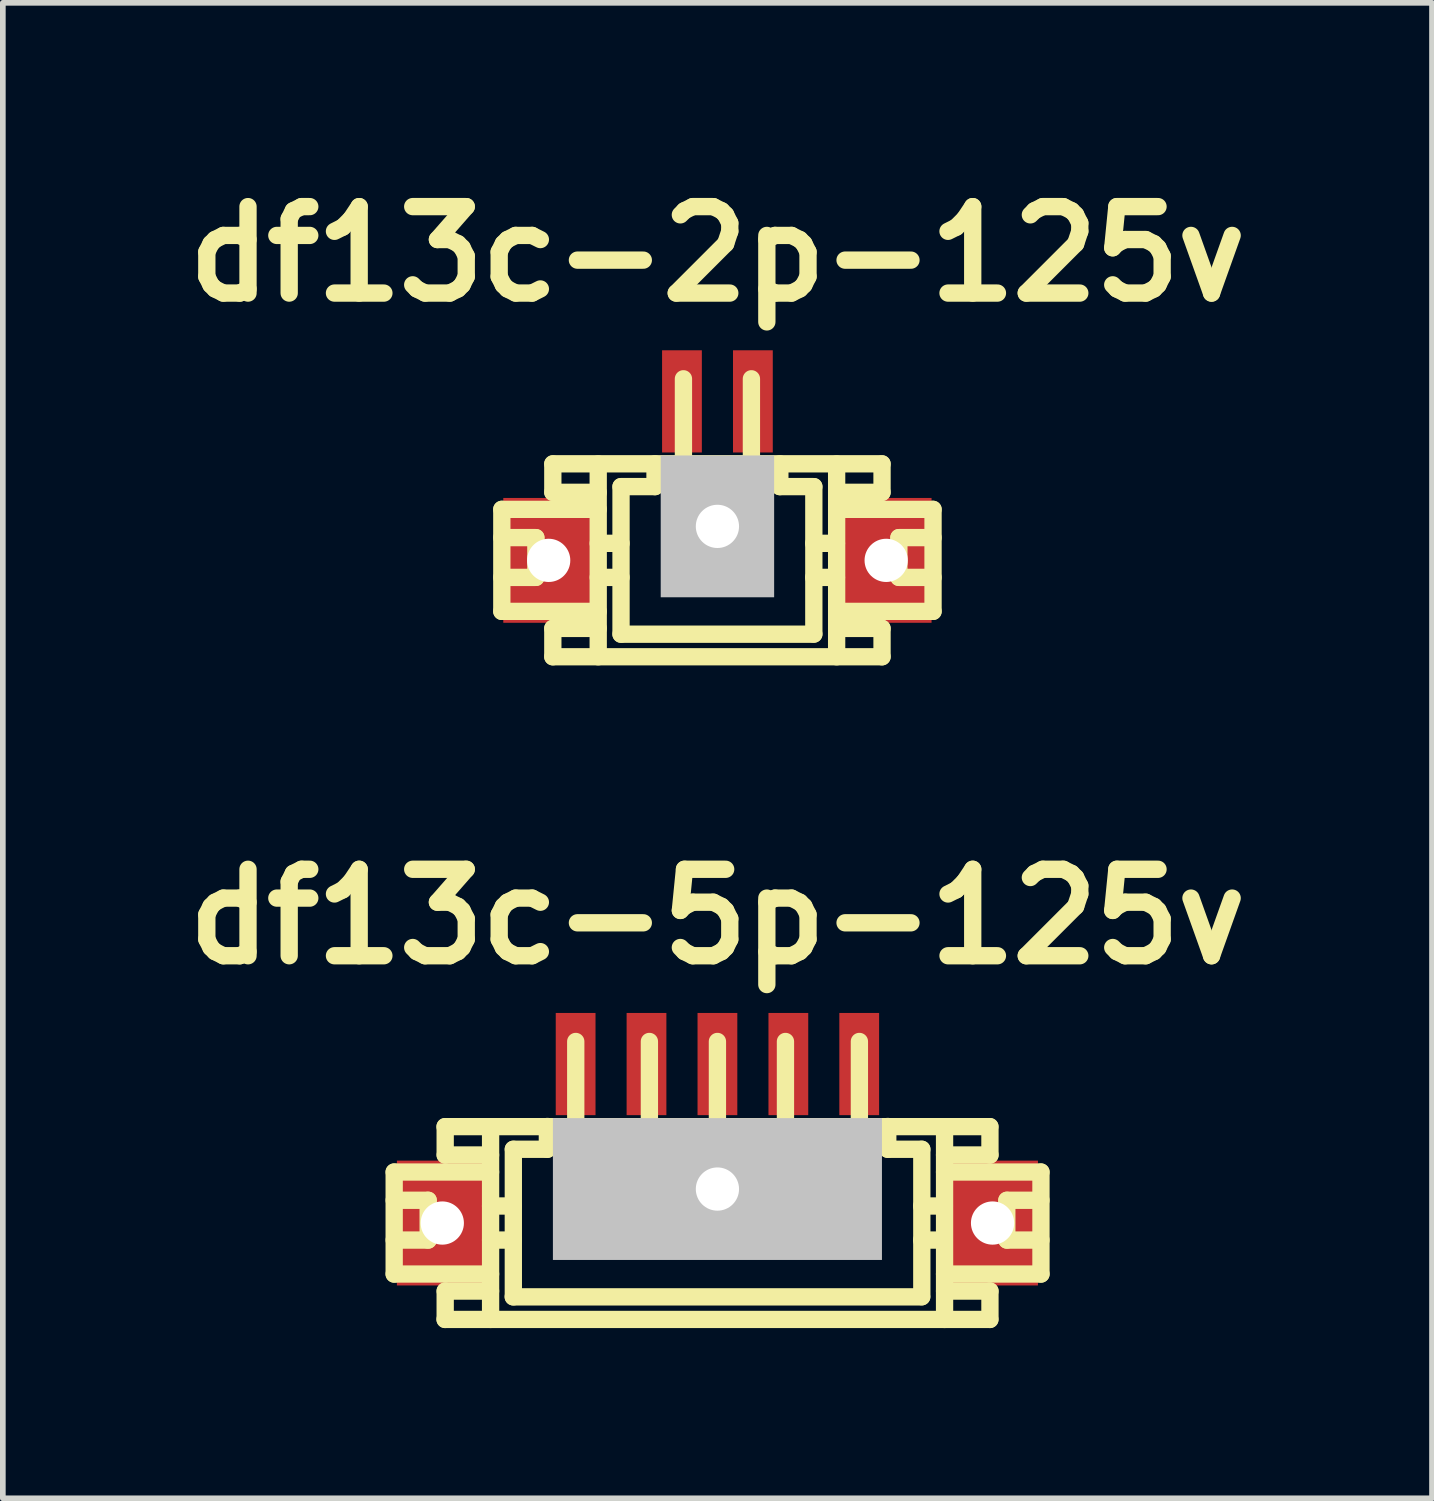
<source format=kicad_pcb>
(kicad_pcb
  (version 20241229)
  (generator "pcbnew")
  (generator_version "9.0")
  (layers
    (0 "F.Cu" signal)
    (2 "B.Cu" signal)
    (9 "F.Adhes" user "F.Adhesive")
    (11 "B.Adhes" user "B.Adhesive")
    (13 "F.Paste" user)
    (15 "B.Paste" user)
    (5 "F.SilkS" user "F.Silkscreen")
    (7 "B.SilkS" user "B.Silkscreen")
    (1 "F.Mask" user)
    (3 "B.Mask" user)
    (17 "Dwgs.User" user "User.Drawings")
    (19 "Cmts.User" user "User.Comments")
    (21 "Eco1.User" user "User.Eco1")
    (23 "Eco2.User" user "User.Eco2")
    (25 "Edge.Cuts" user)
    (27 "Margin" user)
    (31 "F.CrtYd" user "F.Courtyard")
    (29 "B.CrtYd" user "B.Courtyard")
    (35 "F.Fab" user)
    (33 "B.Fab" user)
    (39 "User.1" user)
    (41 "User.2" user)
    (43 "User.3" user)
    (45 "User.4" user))
  (footprint "df13c-5p-125v"
    (layer "F.Cu")
    (at 9.594 17.705)
    (property "Reference" "df13c-5p-125v" (at 0 -4.6 0) (layer "F.SilkS") (effects (font (size 1.524 1.524) (thickness 0.305))))
    (attr through_hole)
    (fp_line (start -5.697 -0.099) (end -3.998 -0.099) (stroke (width 0.305) (type solid)) (layer "F.SilkS"))
    (fp_line (start -5.697 0.399) (end -5.098 0.399) (stroke (width 0.305) (type solid)) (layer "F.SilkS"))
    (fp_line (start -5.697 1.699) (end -5.697 -0.099) (stroke (width 0.305) (type solid)) (layer "F.SilkS"))
    (fp_line (start -5.697 1.699) (end -3.998 1.699) (stroke (width 0.305) (type solid)) (layer "F.SilkS"))
    (fp_line (start -5.098 0.399) (end -5.098 1.1) (stroke (width 0.305) (type solid)) (layer "F.SilkS"))
    (fp_line (start -5.098 1.1) (end -5.697 1.1) (stroke (width 0.305) (type solid)) (layer "F.SilkS"))
    (fp_line (start -4.801 -0.899) (end 4.801 -0.899) (stroke (width 0.305) (type solid)) (layer "F.SilkS"))
    (fp_line (start -4.798 -0.399) (end -4.798 -0.899) (stroke (width 0.305) (type solid)) (layer "F.SilkS"))
    (fp_line (start -4.798 2.499) (end -4.798 1.999) (stroke (width 0.305) (type solid)) (layer "F.SilkS"))
    (fp_line (start -3.998 -0.899) (end -3.998 2.499) (stroke (width 0.305) (type solid)) (layer "F.SilkS"))
    (fp_line (start -3.998 -0.399) (end -4.798 -0.399) (stroke (width 0.305) (type solid)) (layer "F.SilkS"))
    (fp_line (start -3.998 0.5) (end -3.597 0.5) (stroke (width 0.305) (type solid)) (layer "F.SilkS"))
    (fp_line (start -3.998 1.1) (end -3.597 1.1) (stroke (width 0.305) (type solid)) (layer "F.SilkS"))
    (fp_line (start -3.998 1.999) (end -4.798 1.999) (stroke (width 0.305) (type solid)) (layer "F.SilkS"))
    (fp_line (start -3.597 -0.5) (end -2.997 -0.5) (stroke (width 0.305) (type solid)) (layer "F.SilkS"))
    (fp_line (start -3.597 2.101) (end -3.597 -0.5) (stroke (width 0.305) (type solid)) (layer "F.SilkS"))
    (fp_line (start -2.997 -0.902) (end -2.997 -0.5) (stroke (width 0.305) (type solid)) (layer "F.SilkS"))
    (fp_line (start -2.598 0.998) (end -2.598 1.199) (stroke (width 0.305) (type solid)) (layer "F.SilkS"))
    (fp_line (start -2.598 1.199) (end -2.398 1.199) (stroke (width 0.305) (type solid)) (layer "F.SilkS"))
    (fp_line (start -2.497 -0.902) (end -2.497 -2.4) (stroke (width 0.305) (type solid)) (layer "F.SilkS"))
    (fp_line (start -2.398 0.998) (end -2.598 0.998) (stroke (width 0.305) (type solid)) (layer "F.SilkS"))
    (fp_line (start -2.398 1.199) (end -2.398 0.998) (stroke (width 0.305) (type solid)) (layer "F.SilkS"))
    (fp_line (start -1.298 1.001) (end -1.1 1.001) (stroke (width 0.305) (type solid)) (layer "F.SilkS"))
    (fp_line (start -1.298 1.199) (end -1.298 1.001) (stroke (width 0.305) (type solid)) (layer "F.SilkS"))
    (fp_line (start -1.199 -0.899) (end -1.199 -2.4) (stroke (width 0.305) (type solid)) (layer "F.SilkS"))
    (fp_line (start -1.1 1.001) (end -1.1 1.199) (stroke (width 0.305) (type solid)) (layer "F.SilkS"))
    (fp_line (start -1.1 1.199) (end -1.298 1.199) (stroke (width 0.305) (type solid)) (layer "F.SilkS"))
    (fp_line (start -0.099 1.001) (end 0.099 1.001) (stroke (width 0.305) (type solid)) (layer "F.SilkS"))
    (fp_line (start -0.099 1.199) (end -0.099 1.001) (stroke (width 0.305) (type solid)) (layer "F.SilkS"))
    (fp_line (start 0 -2.4) (end 0 -0.899) (stroke (width 0.305) (type solid)) (layer "F.SilkS"))
    (fp_line (start 0.099 1.001) (end 0.099 1.199) (stroke (width 0.305) (type solid)) (layer "F.SilkS"))
    (fp_line (start 0.099 1.199) (end -0.099 1.199) (stroke (width 0.305) (type solid)) (layer "F.SilkS"))
    (fp_line (start 1.1 1.001) (end 1.298 1.001) (stroke (width 0.305) (type solid)) (layer "F.SilkS"))
    (fp_line (start 1.1 1.199) (end 1.1 1.001) (stroke (width 0.305) (type solid)) (layer "F.SilkS"))
    (fp_line (start 1.199 -0.899) (end 1.199 -2.4) (stroke (width 0.305) (type solid)) (layer "F.SilkS"))
    (fp_line (start 1.298 1.001) (end 1.298 1.199) (stroke (width 0.305) (type solid)) (layer "F.SilkS"))
    (fp_line (start 1.298 1.199) (end 1.1 1.199) (stroke (width 0.305) (type solid)) (layer "F.SilkS"))
    (fp_line (start 2.403 0.998) (end 2.603 0.998) (stroke (width 0.305) (type solid)) (layer "F.SilkS"))
    (fp_line (start 2.403 1.199) (end 2.403 0.998) (stroke (width 0.305) (type solid)) (layer "F.SilkS"))
    (fp_line (start 2.502 -0.902) (end 2.502 -2.4) (stroke (width 0.305) (type solid)) (layer "F.SilkS"))
    (fp_line (start 2.603 0.998) (end 2.603 1.199) (stroke (width 0.305) (type solid)) (layer "F.SilkS"))
    (fp_line (start 2.603 1.199) (end 2.403 1.199) (stroke (width 0.305) (type solid)) (layer "F.SilkS"))
    (fp_line (start 3.002 -0.5) (end 3.002 -0.902) (stroke (width 0.305) (type solid)) (layer "F.SilkS"))
    (fp_line (start 3.599 1.1) (end 4 1.1) (stroke (width 0.305) (type solid)) (layer "F.SilkS"))
    (fp_line (start 3.599 2.101) (end -3.599 2.101) (stroke (width 0.305) (type solid)) (layer "F.SilkS"))
    (fp_line (start 3.602 -0.5) (end 3.002 -0.5) (stroke (width 0.305) (type solid)) (layer "F.SilkS"))
    (fp_line (start 3.602 2.098) (end 3.602 -0.5) (stroke (width 0.305) (type solid)) (layer "F.SilkS"))
    (fp_line (start 4 0.5) (end 3.599 0.5) (stroke (width 0.305) (type solid)) (layer "F.SilkS"))
    (fp_line (start 4.003 -0.899) (end 4.003 2.499) (stroke (width 0.305) (type solid)) (layer "F.SilkS"))
    (fp_line (start 4.801 2.499) (end -4.801 2.499) (stroke (width 0.305) (type solid)) (layer "F.SilkS"))
    (fp_line (start 4.803 -0.399) (end 4.003 -0.399) (stroke (width 0.305) (type solid)) (layer "F.SilkS"))
    (fp_line (start 4.803 -0.399) (end 4.803 -0.899) (stroke (width 0.305) (type solid)) (layer "F.SilkS"))
    (fp_line (start 4.803 1.999) (end 4.003 1.999) (stroke (width 0.305) (type solid)) (layer "F.SilkS"))
    (fp_line (start 4.803 2.499) (end 4.803 1.999) (stroke (width 0.305) (type solid)) (layer "F.SilkS"))
    (fp_line (start 5.1 0.399) (end 5.1 1.1) (stroke (width 0.305) (type solid)) (layer "F.SilkS"))
    (fp_line (start 5.103 0.399) (end 5.702 0.399) (stroke (width 0.305) (type solid)) (layer "F.SilkS"))
    (fp_line (start 5.103 1.1) (end 5.702 1.1) (stroke (width 0.305) (type solid)) (layer "F.SilkS"))
    (fp_line (start 5.702 -0.099) (end 4.003 -0.099) (stroke (width 0.305) (type solid)) (layer "F.SilkS"))
    (fp_line (start 5.702 -0.099) (end 5.702 1.699) (stroke (width 0.305) (type solid)) (layer "F.SilkS"))
    (fp_line (start 5.702 1.699) (end 4.003 1.699) (stroke (width 0.305) (type solid)) (layer "F.SilkS"))
    (pad "" np_thru_hole rect (at -4.849 0.8) (size 1.6 2.2) (drill 0.762) (layers "F.Cu" "F.Mask" "F.Paste"))
    (pad "" np_thru_hole rect (at 0 0.201) (size 5.799 2.499) (drill 0.762) (layers "Dwgs.User"))
    (pad "" np_thru_hole rect (at 4.849 0.8) (size 1.6 2.2) (drill 0.762) (layers "F.Cu" "F.Mask" "F.Paste"))
    (pad "1" smd rect (at -2.499 -2.002) (size 0.701 1.801) (layers "F.Cu" "F.Mask" "F.Paste"))
    (pad "2" smd rect (at -1.25 -2.002) (size 0.701 1.801) (layers "F.Cu" "F.Mask" "F.Paste"))
    (pad "3" smd rect (at 0 -2.002) (size 0.701 1.801) (layers "F.Cu" "F.Mask" "F.Paste"))
    (pad "4" smd rect (at 1.25 -2.002) (size 0.701 1.801) (layers "F.Cu" "F.Mask" "F.Paste"))
    (pad "5" smd rect (at 2.499 -2.002) (size 0.701 1.801) (layers "F.Cu" "F.Mask" "F.Paste")))
  (footprint "df13c-2p-125v"
    (layer "F.Cu")
    (at 9.594 6.026)
    (property "Reference" "df13c-2p-125v" (at 0 -4.6 0) (layer "F.SilkS") (effects (font (size 1.524 1.524) (thickness 0.305))))
    (attr through_hole)
    (fp_line (start -3.8 -0.099) (end -2.101 -0.099) (stroke (width 0.305) (type solid)) (layer "F.SilkS"))
    (fp_line (start -3.8 0.399) (end -3.2 0.399) (stroke (width 0.305) (type solid)) (layer "F.SilkS"))
    (fp_line (start -3.8 1.699) (end -3.8 -0.099) (stroke (width 0.305) (type solid)) (layer "F.SilkS"))
    (fp_line (start -3.8 1.699) (end -2.101 1.699) (stroke (width 0.305) (type solid)) (layer "F.SilkS"))
    (fp_line (start -3.2 0.399) (end -3.2 1.1) (stroke (width 0.305) (type solid)) (layer "F.SilkS"))
    (fp_line (start -3.2 1.1) (end -3.8 1.1) (stroke (width 0.305) (type solid)) (layer "F.SilkS"))
    (fp_line (start -2.901 -0.902) (end 2.901 -0.902) (stroke (width 0.305) (type solid)) (layer "F.SilkS"))
    (fp_line (start -2.901 -0.399) (end -2.901 -0.899) (stroke (width 0.305) (type solid)) (layer "F.SilkS"))
    (fp_line (start -2.901 2.499) (end -2.901 1.999) (stroke (width 0.305) (type solid)) (layer "F.SilkS"))
    (fp_line (start -2.901 2.499) (end 2.901 2.499) (stroke (width 0.305) (type solid)) (layer "F.SilkS"))
    (fp_line (start -2.101 -0.899) (end -2.101 2.499) (stroke (width 0.305) (type solid)) (layer "F.SilkS"))
    (fp_line (start -2.101 -0.399) (end -2.901 -0.399) (stroke (width 0.305) (type solid)) (layer "F.SilkS"))
    (fp_line (start -2.101 0.5) (end -1.699 0.5) (stroke (width 0.305) (type solid)) (layer "F.SilkS"))
    (fp_line (start -2.101 1.1) (end -1.699 1.1) (stroke (width 0.305) (type solid)) (layer "F.SilkS"))
    (fp_line (start -2.101 1.999) (end -2.901 1.999) (stroke (width 0.305) (type solid)) (layer "F.SilkS"))
    (fp_line (start -1.699 -0.5) (end -1.1 -0.5) (stroke (width 0.305) (type solid)) (layer "F.SilkS"))
    (fp_line (start -1.699 2.101) (end -1.699 -0.5) (stroke (width 0.305) (type solid)) (layer "F.SilkS"))
    (fp_line (start -1.1 -0.902) (end -1.1 -0.5) (stroke (width 0.305) (type solid)) (layer "F.SilkS"))
    (fp_line (start -0.701 0.998) (end -0.701 1.199) (stroke (width 0.305) (type solid)) (layer "F.SilkS"))
    (fp_line (start -0.701 1.199) (end -0.5 1.199) (stroke (width 0.305) (type solid)) (layer "F.SilkS"))
    (fp_line (start -0.599 -0.902) (end -0.599 -2.4) (stroke (width 0.305) (type solid)) (layer "F.SilkS"))
    (fp_line (start -0.5 0.998) (end -0.701 0.998) (stroke (width 0.305) (type solid)) (layer "F.SilkS"))
    (fp_line (start -0.5 1.199) (end -0.5 0.998) (stroke (width 0.305) (type solid)) (layer "F.SilkS"))
    (fp_line (start 0.5 0.998) (end 0.701 0.998) (stroke (width 0.305) (type solid)) (layer "F.SilkS"))
    (fp_line (start 0.5 1.199) (end 0.5 0.998) (stroke (width 0.305) (type solid)) (layer "F.SilkS"))
    (fp_line (start 0.599 -0.902) (end 0.599 -2.4) (stroke (width 0.305) (type solid)) (layer "F.SilkS"))
    (fp_line (start 0.701 0.998) (end 0.701 1.199) (stroke (width 0.305) (type solid)) (layer "F.SilkS"))
    (fp_line (start 0.701 1.199) (end 0.5 1.199) (stroke (width 0.305) (type solid)) (layer "F.SilkS"))
    (fp_line (start 1.1 -0.5) (end 1.1 -0.902) (stroke (width 0.305) (type solid)) (layer "F.SilkS"))
    (fp_line (start 1.697 1.1) (end 2.098 1.1) (stroke (width 0.305) (type solid)) (layer "F.SilkS"))
    (fp_line (start 1.699 -0.5) (end 1.1 -0.5) (stroke (width 0.305) (type solid)) (layer "F.SilkS"))
    (fp_line (start 1.699 2.098) (end 1.699 -0.5) (stroke (width 0.305) (type solid)) (layer "F.SilkS"))
    (fp_line (start 1.699 2.101) (end -1.699 2.101) (stroke (width 0.305) (type solid)) (layer "F.SilkS"))
    (fp_line (start 2.098 0.5) (end 1.697 0.5) (stroke (width 0.305) (type solid)) (layer "F.SilkS"))
    (fp_line (start 2.101 -0.899) (end 2.101 2.499) (stroke (width 0.305) (type solid)) (layer "F.SilkS"))
    (fp_line (start 2.901 -0.399) (end 2.101 -0.399) (stroke (width 0.305) (type solid)) (layer "F.SilkS"))
    (fp_line (start 2.901 -0.399) (end 2.901 -0.899) (stroke (width 0.305) (type solid)) (layer "F.SilkS"))
    (fp_line (start 2.901 1.999) (end 2.101 1.999) (stroke (width 0.305) (type solid)) (layer "F.SilkS"))
    (fp_line (start 2.901 2.499) (end 2.901 1.999) (stroke (width 0.305) (type solid)) (layer "F.SilkS"))
    (fp_line (start 3.198 0.399) (end 3.198 1.1) (stroke (width 0.305) (type solid)) (layer "F.SilkS"))
    (fp_line (start 3.2 0.399) (end 3.8 0.399) (stroke (width 0.305) (type solid)) (layer "F.SilkS"))
    (fp_line (start 3.2 1.1) (end 3.8 1.1) (stroke (width 0.305) (type solid)) (layer "F.SilkS"))
    (fp_line (start 3.8 -0.099) (end 2.101 -0.099) (stroke (width 0.305) (type solid)) (layer "F.SilkS"))
    (fp_line (start 3.8 -0.099) (end 3.8 1.699) (stroke (width 0.305) (type solid)) (layer "F.SilkS"))
    (fp_line (start 3.8 1.699) (end 2.101 1.699) (stroke (width 0.305) (type solid)) (layer "F.SilkS"))
    (pad "" np_thru_hole rect (at -2.974 0.8) (size 1.6 2.2) (drill 0.762) (layers "F.Cu" "F.Mask" "F.Paste"))
    (pad "" np_thru_hole rect (at 0 0.201) (size 1.999 2.499) (drill 0.762) (layers "Dwgs.User"))
    (pad "" np_thru_hole rect (at 2.974 0.8) (size 1.6 2.2) (drill 0.762) (layers "F.Cu" "F.Mask" "F.Paste"))
    (pad "1" smd rect (at -0.625 -2.002) (size 0.701 1.801) (layers "F.Cu" "F.Mask" "F.Paste"))
    (pad "2" smd rect (at 0.625 -2.002) (size 0.701 1.801) (layers "F.Cu" "F.Mask" "F.Paste")))
  (gr_rect
    (start -3 -3)
    (end 22.188 23.356)
    (stroke (width 0.1) (type default))
    (fill no)
    (layer "Edge.Cuts")))
</source>
